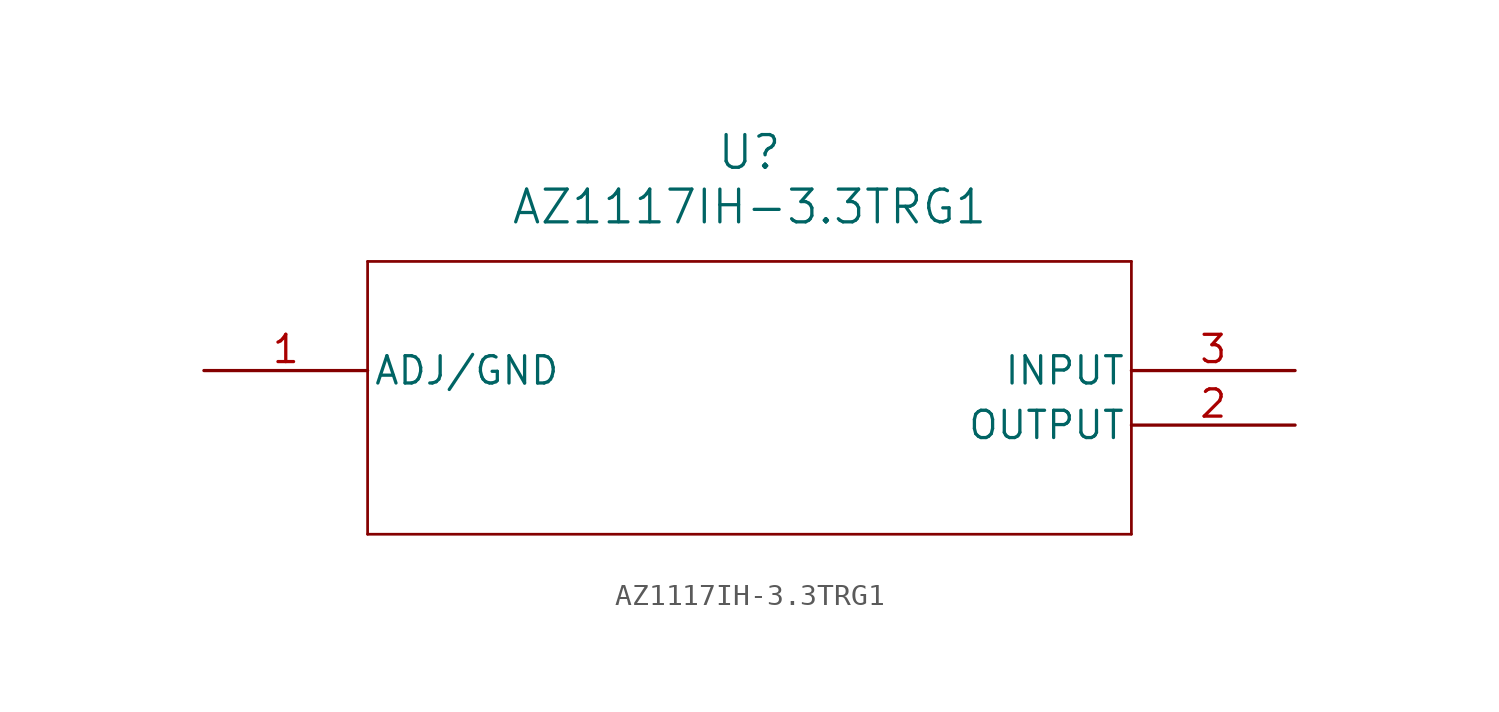
<source format=kicad_sym>
(kicad_symbol_lib
  (version 20211014)
  (generator kicad_symbol_editor)
  (symbol "AZ1117IH-3.3TRG1"
    (pin_names
      (offset 0.254))
    (property "Reference" "U"
      (at 25.4 10.16 0)
      (effects (font (size 1.524 1.524))))
    (property "Value" "AZ1117IH-3.3TRG1"
      (at 25.4 7.62 0)
      (effects (font (size 1.524 1.524))))
    (symbol "AZ1117IH-3.3TRG1_0_1"
      (polyline (pts (xy 7.62 5.08) (xy 7.62 -7.62)) (stroke (width 0.127) (type default) (color 0 0 0 0)) (fill (type none)))
      (polyline (pts (xy 7.62 -7.62) (xy 43.18 -7.62)) (stroke (width 0.127) (type default) (color 0 0 0 0)) (fill (type none)))
      (polyline (pts (xy 43.18 -7.62) (xy 43.18 5.08)) (stroke (width 0.127) (type default) (color 0 0 0 0)) (fill (type none)))
      (polyline (pts (xy 43.18 5.08) (xy 7.62 5.08)) (stroke (width 0.127) (type default) (color 0 0 0 0)) (fill (type none)))
      (pin power_out line (at 0 0 0) (length 7.62) (name "ADJ/GND" (effects (font (size 1.27 1.27)))) (number "1" (effects (font (size 1.27 1.27)))))
      (pin output line (at 50.8 -2.54 180) (length 7.62) (name "OUTPUT" (effects (font (size 1.27 1.27)))) (number "2" (effects (font (size 1.27 1.27)))))
      (pin unspecified line (at 50.8 0 180) (length 7.62) (name "INPUT" (effects (font (size 1.27 1.27)))) (number "3" (effects (font (size 1.27 1.27))))))))
</source>
